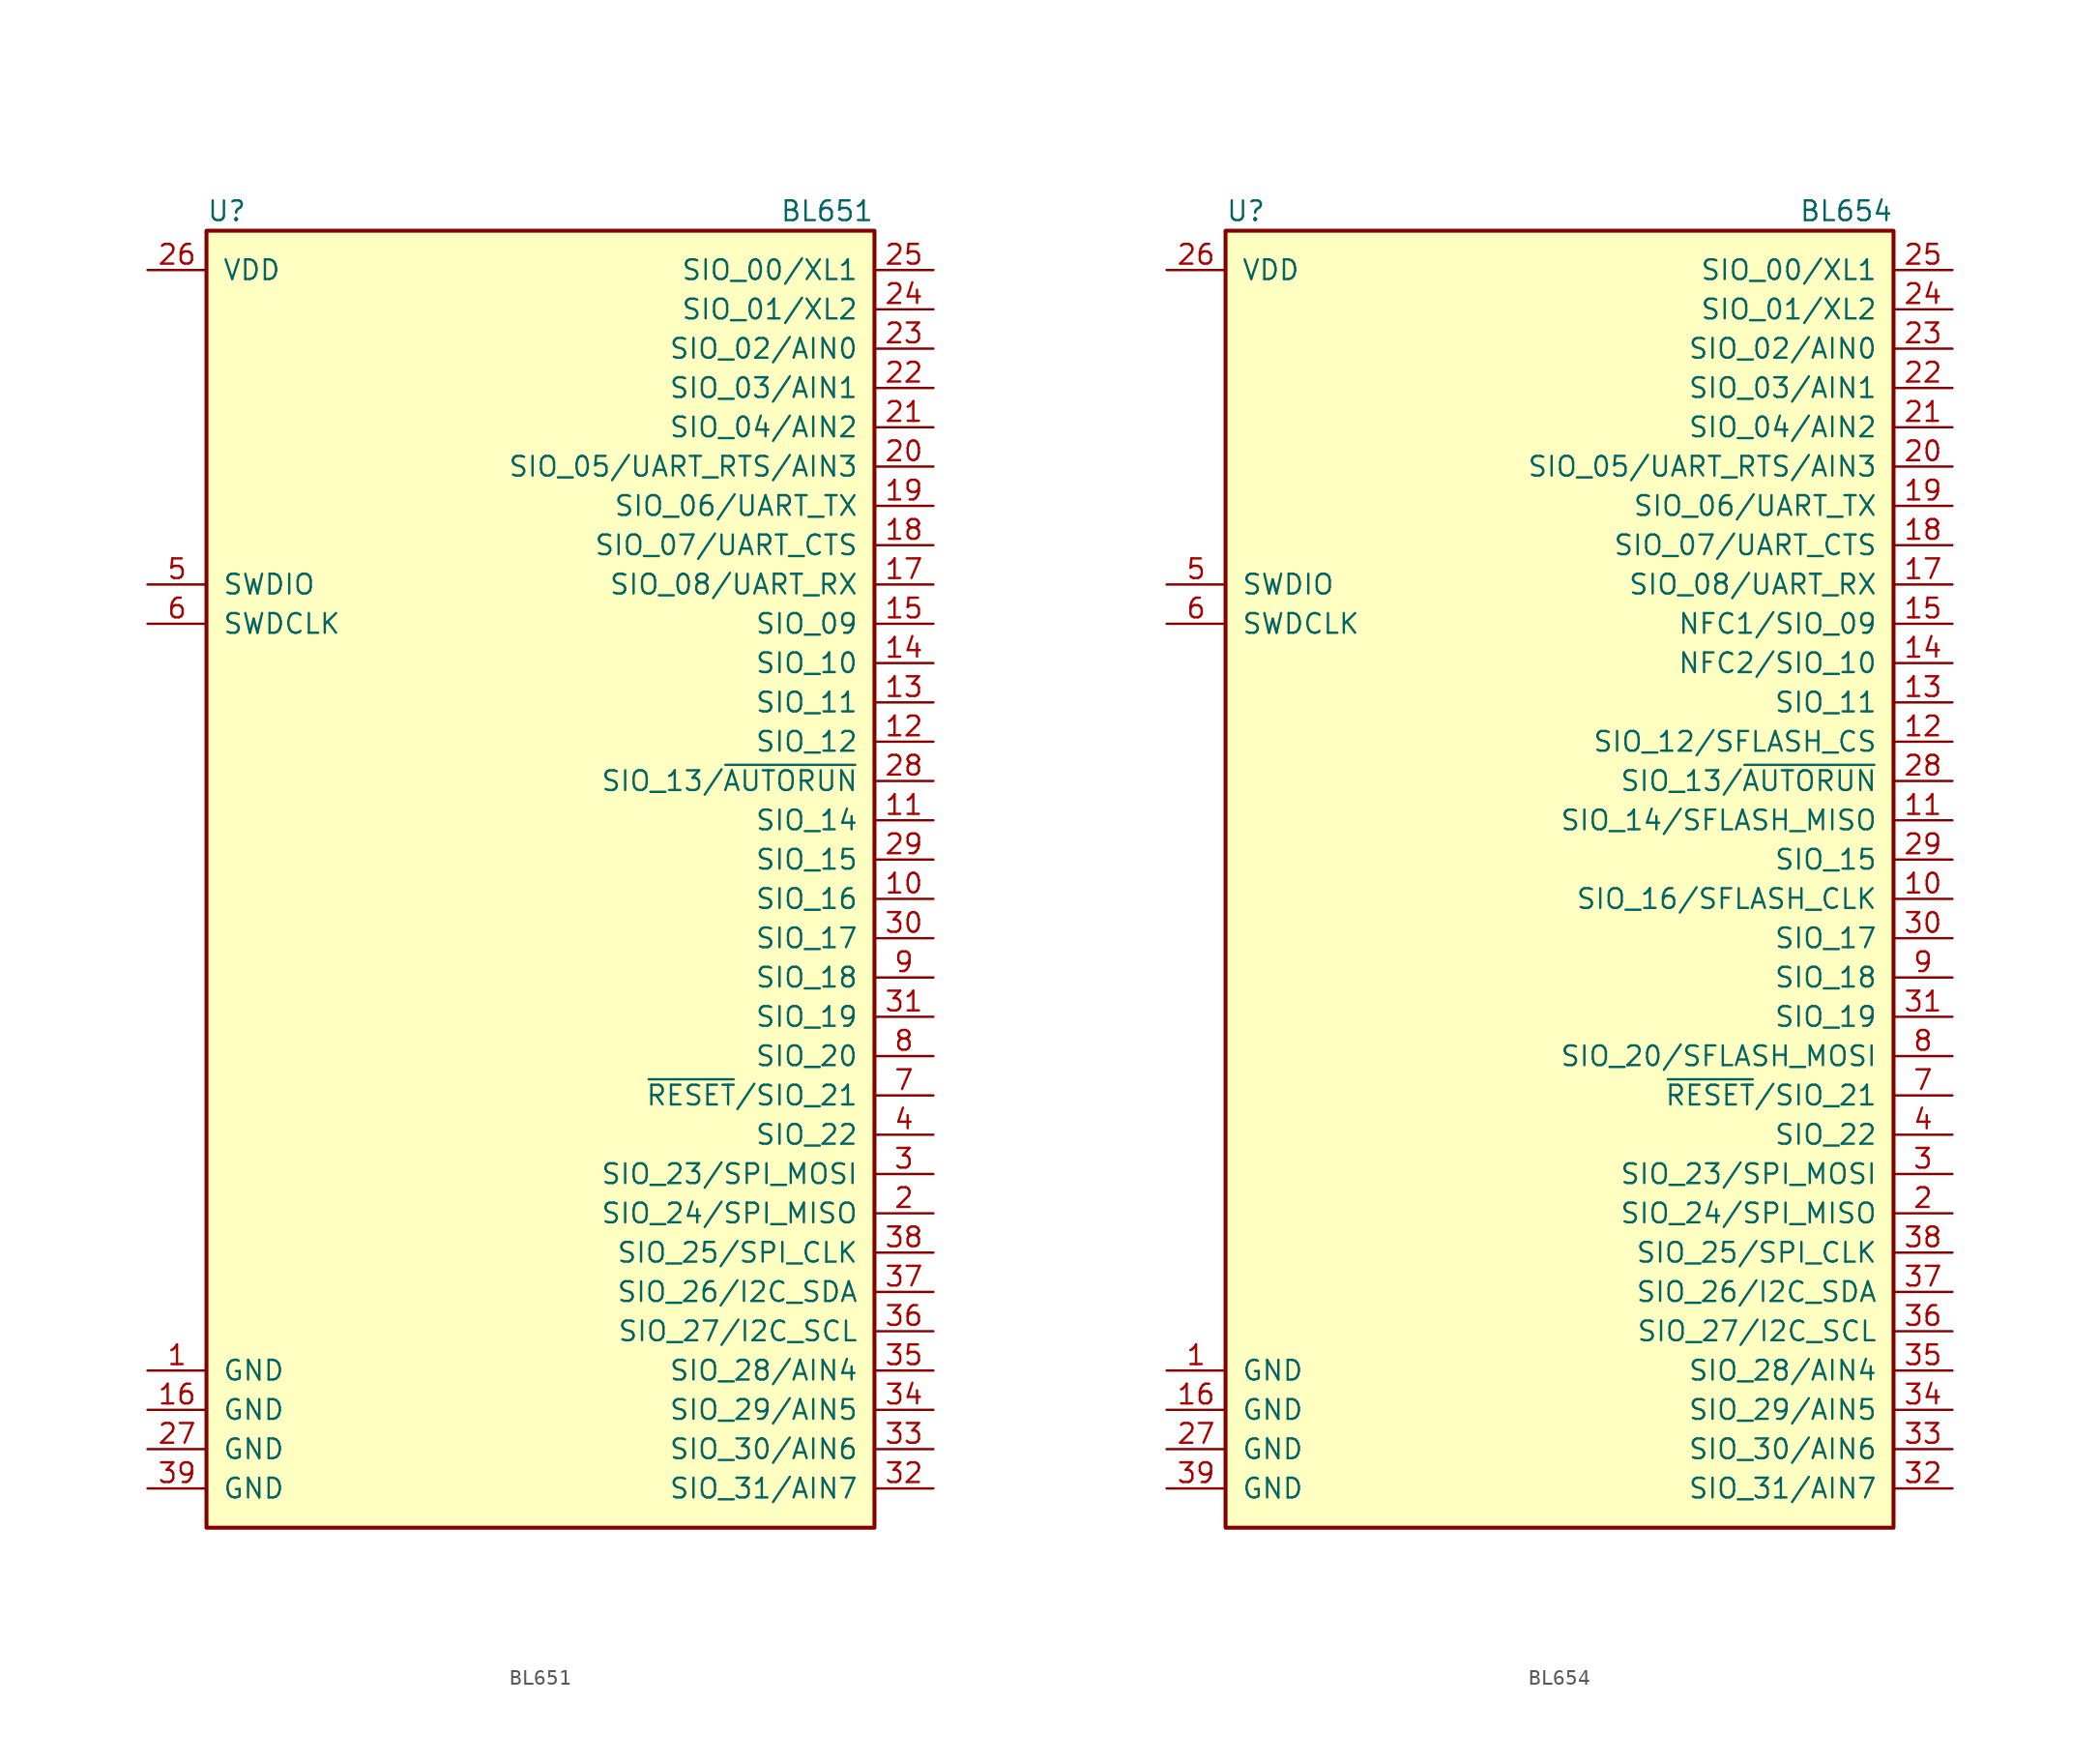
<source format=kicad_sym>
(kicad_symbol_lib
  (version 20211014)
  (generator kicad_symbol_editor)
  (symbol "BL651"
    (pin_names
      (offset 1.016))
    (property "Reference" "U"
      (at -21.59 41.91 0)
      (effects (font (size 1.27 1.27)) (justify left)))
    (property "Value" "BL651"
      (at 21.59 41.91 0)
      (effects (font (size 1.27 1.27)) (justify right)))
    (symbol "BL651_0_1"
      (rectangle (start 21.59 40.64) (end -21.59 -43.18) (stroke (width 0.254) (type default) (color 0 0 0 0)) (fill (type background))))
    (symbol "BL651_1_1"
      (pin power_in line (at -25.4 -33.02 0) (length 3.81) (name "GND" (effects (font (size 1.27 1.27)))) (number "1" (effects (font (size 1.27 1.27)))))
      (pin bidirectional line (at 25.4 -2.54 180) (length 3.81) (name "SIO_16" (effects (font (size 1.27 1.27)))) (number "10" (effects (font (size 1.27 1.27)))))
      (pin bidirectional line (at 25.4 2.54 180) (length 3.81) (name "SIO_14" (effects (font (size 1.27 1.27)))) (number "11" (effects (font (size 1.27 1.27)))))
      (pin bidirectional line (at 25.4 7.62 180) (length 3.81) (name "SIO_12" (effects (font (size 1.27 1.27)))) (number "12" (effects (font (size 1.27 1.27)))))
      (pin bidirectional line (at 25.4 10.16 180) (length 3.81) (name "SIO_11" (effects (font (size 1.27 1.27)))) (number "13" (effects (font (size 1.27 1.27)))))
      (pin bidirectional line (at 25.4 12.7 180) (length 3.81) (name "SIO_10" (effects (font (size 1.27 1.27)))) (number "14" (effects (font (size 1.27 1.27)))))
      (pin bidirectional line (at 25.4 15.24 180) (length 3.81) (name "SIO_09" (effects (font (size 1.27 1.27)))) (number "15" (effects (font (size 1.27 1.27)))))
      (pin power_in line (at -25.4 -35.56 0) (length 3.81) (name "GND" (effects (font (size 1.27 1.27)))) (number "16" (effects (font (size 1.27 1.27)))))
      (pin bidirectional line (at 25.4 17.78 180) (length 3.81) (name "SIO_08/UART_RX" (effects (font (size 1.27 1.27)))) (number "17" (effects (font (size 1.27 1.27)))))
      (pin bidirectional line (at 25.4 20.32 180) (length 3.81) (name "SIO_07/UART_CTS" (effects (font (size 1.27 1.27)))) (number "18" (effects (font (size 1.27 1.27)))))
      (pin bidirectional line (at 25.4 22.86 180) (length 3.81) (name "SIO_06/UART_TX" (effects (font (size 1.27 1.27)))) (number "19" (effects (font (size 1.27 1.27)))))
      (pin bidirectional line (at 25.4 -22.86 180) (length 3.81) (name "SIO_24/SPI_MISO" (effects (font (size 1.27 1.27)))) (number "2" (effects (font (size 1.27 1.27)))))
      (pin bidirectional line (at 25.4 25.4 180) (length 3.81) (name "SIO_05/UART_RTS/AIN3" (effects (font (size 1.27 1.27)))) (number "20" (effects (font (size 1.27 1.27)))))
      (pin bidirectional line (at 25.4 27.94 180) (length 3.81) (name "SIO_04/AIN2" (effects (font (size 1.27 1.27)))) (number "21" (effects (font (size 1.27 1.27)))))
      (pin bidirectional line (at 25.4 30.48 180) (length 3.81) (name "SIO_03/AIN1" (effects (font (size 1.27 1.27)))) (number "22" (effects (font (size 1.27 1.27)))))
      (pin bidirectional line (at 25.4 33.02 180) (length 3.81) (name "SIO_02/AIN0" (effects (font (size 1.27 1.27)))) (number "23" (effects (font (size 1.27 1.27)))))
      (pin bidirectional line (at 25.4 35.56 180) (length 3.81) (name "SIO_01/XL2" (effects (font (size 1.27 1.27)))) (number "24" (effects (font (size 1.27 1.27)))))
      (pin bidirectional line (at 25.4 38.1 180) (length 3.81) (name "SIO_00/XL1" (effects (font (size 1.27 1.27)))) (number "25" (effects (font (size 1.27 1.27)))))
      (pin power_in line (at -25.4 38.1 0) (length 3.81) (name "VDD" (effects (font (size 1.27 1.27)))) (number "26" (effects (font (size 1.27 1.27)))))
      (pin power_in line (at -25.4 -38.1 0) (length 3.81) (name "GND" (effects (font (size 1.27 1.27)))) (number "27" (effects (font (size 1.27 1.27)))))
      (pin bidirectional line (at 25.4 5.08 180) (length 3.81) (name "SIO_13/~{AUTORUN}" (effects (font (size 1.27 1.27)))) (number "28" (effects (font (size 1.27 1.27)))))
      (pin bidirectional line (at 25.4 0 180) (length 3.81) (name "SIO_15" (effects (font (size 1.27 1.27)))) (number "29" (effects (font (size 1.27 1.27)))))
      (pin bidirectional line (at 25.4 -20.32 180) (length 3.81) (name "SIO_23/SPI_MOSI" (effects (font (size 1.27 1.27)))) (number "3" (effects (font (size 1.27 1.27)))))
      (pin bidirectional line (at 25.4 -5.08 180) (length 3.81) (name "SIO_17" (effects (font (size 1.27 1.27)))) (number "30" (effects (font (size 1.27 1.27)))))
      (pin bidirectional line (at 25.4 -10.16 180) (length 3.81) (name "SIO_19" (effects (font (size 1.27 1.27)))) (number "31" (effects (font (size 1.27 1.27)))))
      (pin bidirectional line (at 25.4 -40.64 180) (length 3.81) (name "SIO_31/AIN7" (effects (font (size 1.27 1.27)))) (number "32" (effects (font (size 1.27 1.27)))))
      (pin bidirectional line (at 25.4 -38.1 180) (length 3.81) (name "SIO_30/AIN6" (effects (font (size 1.27 1.27)))) (number "33" (effects (font (size 1.27 1.27)))))
      (pin bidirectional line (at 25.4 -35.56 180) (length 3.81) (name "SIO_29/AIN5" (effects (font (size 1.27 1.27)))) (number "34" (effects (font (size 1.27 1.27)))))
      (pin bidirectional line (at 25.4 -33.02 180) (length 3.81) (name "SIO_28/AIN4" (effects (font (size 1.27 1.27)))) (number "35" (effects (font (size 1.27 1.27)))))
      (pin bidirectional line (at 25.4 -30.48 180) (length 3.81) (name "SIO_27/I2C_SCL" (effects (font (size 1.27 1.27)))) (number "36" (effects (font (size 1.27 1.27)))))
      (pin bidirectional line (at 25.4 -27.94 180) (length 3.81) (name "SIO_26/I2C_SDA" (effects (font (size 1.27 1.27)))) (number "37" (effects (font (size 1.27 1.27)))))
      (pin bidirectional line (at 25.4 -25.4 180) (length 3.81) (name "SIO_25/SPI_CLK" (effects (font (size 1.27 1.27)))) (number "38" (effects (font (size 1.27 1.27)))))
      (pin power_in line (at -25.4 -40.64 0) (length 3.81) (name "GND" (effects (font (size 1.27 1.27)))) (number "39" (effects (font (size 1.27 1.27)))))
      (pin bidirectional line (at 25.4 -17.78 180) (length 3.81) (name "SIO_22" (effects (font (size 1.27 1.27)))) (number "4" (effects (font (size 1.27 1.27)))))
      (pin bidirectional line (at -25.4 17.78 0) (length 3.81) (name "SWDIO" (effects (font (size 1.27 1.27)))) (number "5" (effects (font (size 1.27 1.27)))))
      (pin input line (at -25.4 15.24 0) (length 3.81) (name "SWDCLK" (effects (font (size 1.27 1.27)))) (number "6" (effects (font (size 1.27 1.27)))))
      (pin bidirectional line (at 25.4 -15.24 180) (length 3.81) (name "~{RESET}/SIO_21" (effects (font (size 1.27 1.27)))) (number "7" (effects (font (size 1.27 1.27)))))
      (pin bidirectional line (at 25.4 -12.7 180) (length 3.81) (name "SIO_20" (effects (font (size 1.27 1.27)))) (number "8" (effects (font (size 1.27 1.27)))))
      (pin bidirectional line (at 25.4 -7.62 180) (length 3.81) (name "SIO_18" (effects (font (size 1.27 1.27)))) (number "9" (effects (font (size 1.27 1.27)))))))
  (symbol "BL654"
    (pin_names
      (offset 1.016))
    (property "Reference" "U"
      (at -21.59 41.91 0)
      (effects (font (size 1.27 1.27)) (justify left)))
    (property "Value" "BL654"
      (at 21.59 41.91 0)
      (effects (font (size 1.27 1.27)) (justify right)))
    (symbol "BL654_0_1"
      (rectangle (start 21.59 40.64) (end -21.59 -43.18) (stroke (width 0.254) (type default) (color 0 0 0 0)) (fill (type background))))
    (symbol "BL654_1_1"
      (pin power_in line (at -25.4 -33.02 0) (length 3.81) (name "GND" (effects (font (size 1.27 1.27)))) (number "1" (effects (font (size 1.27 1.27)))))
      (pin bidirectional line (at 25.4 -2.54 180) (length 3.81) (name "SIO_16/SFLASH_CLK" (effects (font (size 1.27 1.27)))) (number "10" (effects (font (size 1.27 1.27)))))
      (pin bidirectional line (at 25.4 2.54 180) (length 3.81) (name "SIO_14/SFLASH_MISO" (effects (font (size 1.27 1.27)))) (number "11" (effects (font (size 1.27 1.27)))))
      (pin bidirectional line (at 25.4 7.62 180) (length 3.81) (name "SIO_12/SFLASH_CS" (effects (font (size 1.27 1.27)))) (number "12" (effects (font (size 1.27 1.27)))))
      (pin bidirectional line (at 25.4 10.16 180) (length 3.81) (name "SIO_11" (effects (font (size 1.27 1.27)))) (number "13" (effects (font (size 1.27 1.27)))))
      (pin bidirectional line (at 25.4 12.7 180) (length 3.81) (name "NFC2/SIO_10" (effects (font (size 1.27 1.27)))) (number "14" (effects (font (size 1.27 1.27)))))
      (pin bidirectional line (at 25.4 15.24 180) (length 3.81) (name "NFC1/SIO_09" (effects (font (size 1.27 1.27)))) (number "15" (effects (font (size 1.27 1.27)))))
      (pin power_in line (at -25.4 -35.56 0) (length 3.81) (name "GND" (effects (font (size 1.27 1.27)))) (number "16" (effects (font (size 1.27 1.27)))))
      (pin bidirectional line (at 25.4 17.78 180) (length 3.81) (name "SIO_08/UART_RX" (effects (font (size 1.27 1.27)))) (number "17" (effects (font (size 1.27 1.27)))))
      (pin bidirectional line (at 25.4 20.32 180) (length 3.81) (name "SIO_07/UART_CTS" (effects (font (size 1.27 1.27)))) (number "18" (effects (font (size 1.27 1.27)))))
      (pin bidirectional line (at 25.4 22.86 180) (length 3.81) (name "SIO_06/UART_TX" (effects (font (size 1.27 1.27)))) (number "19" (effects (font (size 1.27 1.27)))))
      (pin bidirectional line (at 25.4 -22.86 180) (length 3.81) (name "SIO_24/SPI_MISO" (effects (font (size 1.27 1.27)))) (number "2" (effects (font (size 1.27 1.27)))))
      (pin bidirectional line (at 25.4 25.4 180) (length 3.81) (name "SIO_05/UART_RTS/AIN3" (effects (font (size 1.27 1.27)))) (number "20" (effects (font (size 1.27 1.27)))))
      (pin bidirectional line (at 25.4 27.94 180) (length 3.81) (name "SIO_04/AIN2" (effects (font (size 1.27 1.27)))) (number "21" (effects (font (size 1.27 1.27)))))
      (pin bidirectional line (at 25.4 30.48 180) (length 3.81) (name "SIO_03/AIN1" (effects (font (size 1.27 1.27)))) (number "22" (effects (font (size 1.27 1.27)))))
      (pin bidirectional line (at 25.4 33.02 180) (length 3.81) (name "SIO_02/AIN0" (effects (font (size 1.27 1.27)))) (number "23" (effects (font (size 1.27 1.27)))))
      (pin bidirectional line (at 25.4 35.56 180) (length 3.81) (name "SIO_01/XL2" (effects (font (size 1.27 1.27)))) (number "24" (effects (font (size 1.27 1.27)))))
      (pin bidirectional line (at 25.4 38.1 180) (length 3.81) (name "SIO_00/XL1" (effects (font (size 1.27 1.27)))) (number "25" (effects (font (size 1.27 1.27)))))
      (pin power_in line (at -25.4 38.1 0) (length 3.81) (name "VDD" (effects (font (size 1.27 1.27)))) (number "26" (effects (font (size 1.27 1.27)))))
      (pin power_in line (at -25.4 -38.1 0) (length 3.81) (name "GND" (effects (font (size 1.27 1.27)))) (number "27" (effects (font (size 1.27 1.27)))))
      (pin bidirectional line (at 25.4 5.08 180) (length 3.81) (name "SIO_13/~{AUTORUN}" (effects (font (size 1.27 1.27)))) (number "28" (effects (font (size 1.27 1.27)))))
      (pin bidirectional line (at 25.4 0 180) (length 3.81) (name "SIO_15" (effects (font (size 1.27 1.27)))) (number "29" (effects (font (size 1.27 1.27)))))
      (pin bidirectional line (at 25.4 -20.32 180) (length 3.81) (name "SIO_23/SPI_MOSI" (effects (font (size 1.27 1.27)))) (number "3" (effects (font (size 1.27 1.27)))))
      (pin bidirectional line (at 25.4 -5.08 180) (length 3.81) (name "SIO_17" (effects (font (size 1.27 1.27)))) (number "30" (effects (font (size 1.27 1.27)))))
      (pin bidirectional line (at 25.4 -10.16 180) (length 3.81) (name "SIO_19" (effects (font (size 1.27 1.27)))) (number "31" (effects (font (size 1.27 1.27)))))
      (pin bidirectional line (at 25.4 -40.64 180) (length 3.81) (name "SIO_31/AIN7" (effects (font (size 1.27 1.27)))) (number "32" (effects (font (size 1.27 1.27)))))
      (pin bidirectional line (at 25.4 -38.1 180) (length 3.81) (name "SIO_30/AIN6" (effects (font (size 1.27 1.27)))) (number "33" (effects (font (size 1.27 1.27)))))
      (pin bidirectional line (at 25.4 -35.56 180) (length 3.81) (name "SIO_29/AIN5" (effects (font (size 1.27 1.27)))) (number "34" (effects (font (size 1.27 1.27)))))
      (pin bidirectional line (at 25.4 -33.02 180) (length 3.81) (name "SIO_28/AIN4" (effects (font (size 1.27 1.27)))) (number "35" (effects (font (size 1.27 1.27)))))
      (pin bidirectional line (at 25.4 -30.48 180) (length 3.81) (name "SIO_27/I2C_SCL" (effects (font (size 1.27 1.27)))) (number "36" (effects (font (size 1.27 1.27)))))
      (pin bidirectional line (at 25.4 -27.94 180) (length 3.81) (name "SIO_26/I2C_SDA" (effects (font (size 1.27 1.27)))) (number "37" (effects (font (size 1.27 1.27)))))
      (pin bidirectional line (at 25.4 -25.4 180) (length 3.81) (name "SIO_25/SPI_CLK" (effects (font (size 1.27 1.27)))) (number "38" (effects (font (size 1.27 1.27)))))
      (pin power_in line (at -25.4 -40.64 0) (length 3.81) (name "GND" (effects (font (size 1.27 1.27)))) (number "39" (effects (font (size 1.27 1.27)))))
      (pin bidirectional line (at 25.4 -17.78 180) (length 3.81) (name "SIO_22" (effects (font (size 1.27 1.27)))) (number "4" (effects (font (size 1.27 1.27)))))
      (pin bidirectional line (at -25.4 17.78 0) (length 3.81) (name "SWDIO" (effects (font (size 1.27 1.27)))) (number "5" (effects (font (size 1.27 1.27)))))
      (pin input line (at -25.4 15.24 0) (length 3.81) (name "SWDCLK" (effects (font (size 1.27 1.27)))) (number "6" (effects (font (size 1.27 1.27)))))
      (pin bidirectional line (at 25.4 -15.24 180) (length 3.81) (name "~{RESET}/SIO_21" (effects (font (size 1.27 1.27)))) (number "7" (effects (font (size 1.27 1.27)))))
      (pin bidirectional line (at 25.4 -12.7 180) (length 3.81) (name "SIO_20/SFLASH_MOSI" (effects (font (size 1.27 1.27)))) (number "8" (effects (font (size 1.27 1.27)))))
      (pin bidirectional line (at 25.4 -7.62 180) (length 3.81) (name "SIO_18" (effects (font (size 1.27 1.27)))) (number "9" (effects (font (size 1.27 1.27))))))))
</source>
